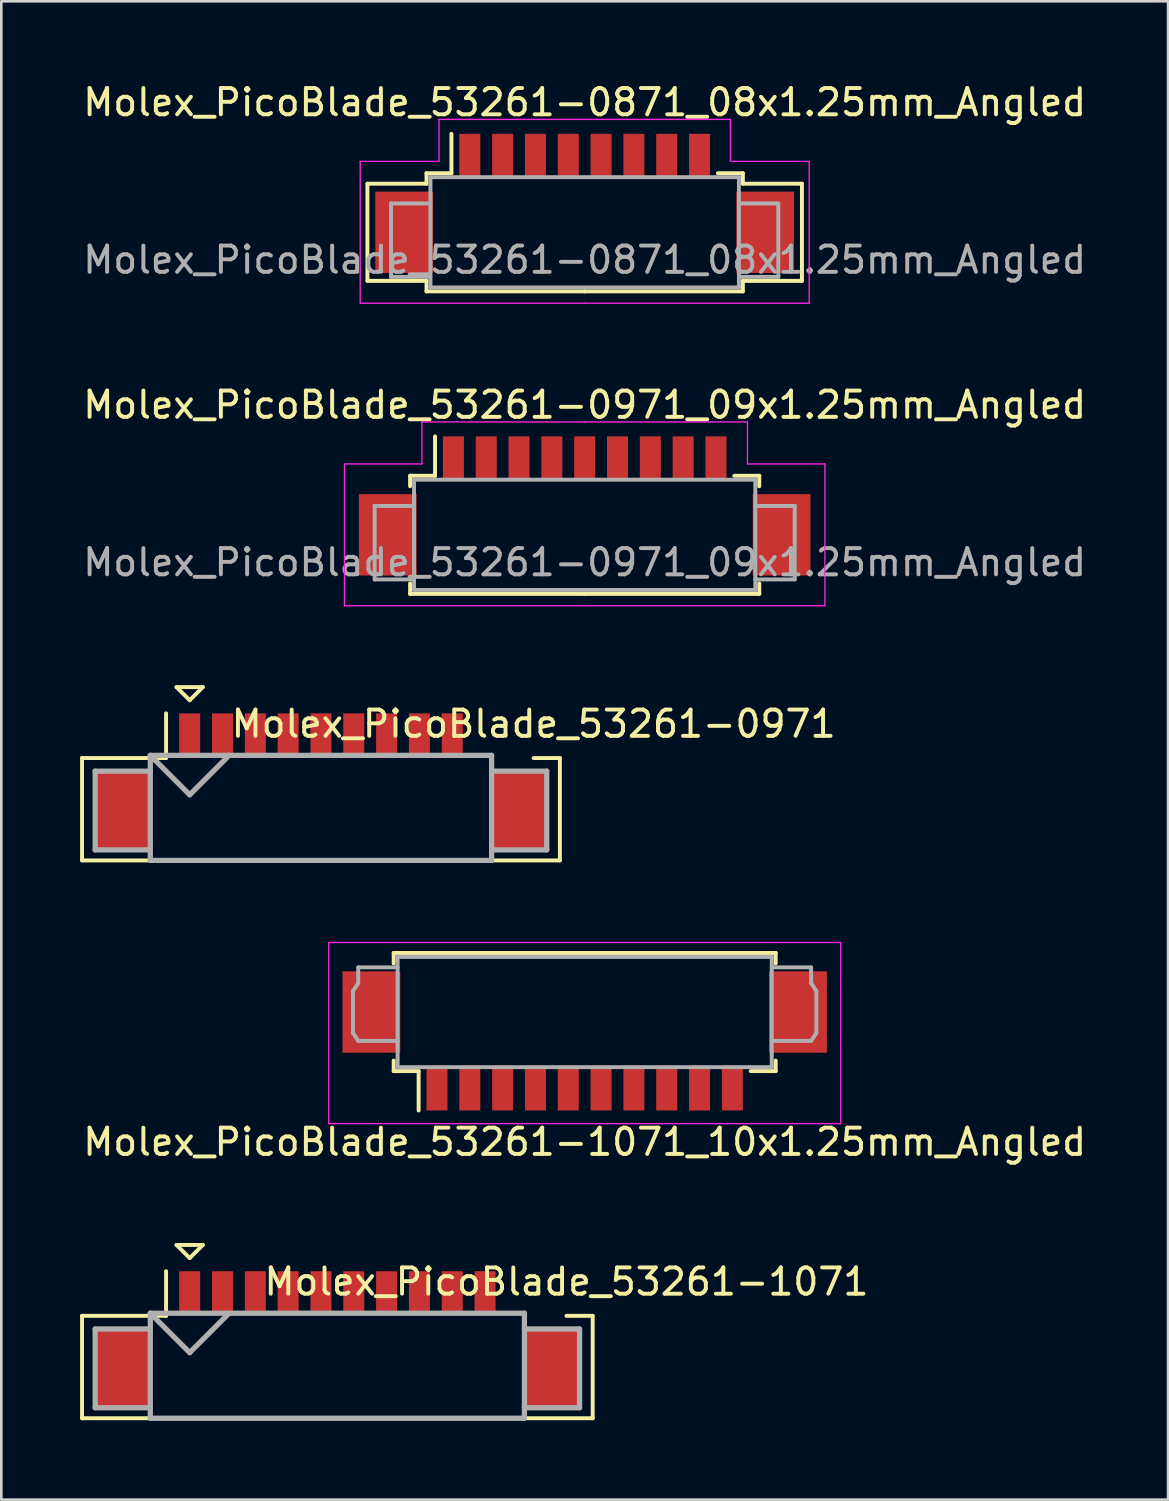
<source format=kicad_pcb>
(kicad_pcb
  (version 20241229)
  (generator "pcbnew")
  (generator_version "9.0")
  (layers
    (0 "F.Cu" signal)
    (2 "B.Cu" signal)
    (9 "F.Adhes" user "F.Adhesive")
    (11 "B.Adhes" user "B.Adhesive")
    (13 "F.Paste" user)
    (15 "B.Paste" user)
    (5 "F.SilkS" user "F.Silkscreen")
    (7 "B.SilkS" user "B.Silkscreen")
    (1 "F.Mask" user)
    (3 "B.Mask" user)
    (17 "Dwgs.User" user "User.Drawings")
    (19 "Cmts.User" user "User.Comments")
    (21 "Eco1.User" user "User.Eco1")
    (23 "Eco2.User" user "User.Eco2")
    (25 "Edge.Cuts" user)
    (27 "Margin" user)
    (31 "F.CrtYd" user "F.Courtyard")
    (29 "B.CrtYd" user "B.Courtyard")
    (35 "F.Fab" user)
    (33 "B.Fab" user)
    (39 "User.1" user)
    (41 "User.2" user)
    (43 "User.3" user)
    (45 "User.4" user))
  (footprint "Molex_PicoBlade_53261-0971_09x1.25mm_Angled"
    (layer "F.Cu")
    (at 19.22 15.871)
    (property "Reference" "Molex_PicoBlade_53261-0971_09x1.25mm_Angled" (at 0 -3.5 0) (layer "F.SilkS") (effects (font (size 1 1) (thickness 0.15))))
    (attr smd)
    (fp_line (start -6.65 -0.8) (end -6.65 -0.4) (stroke (width 0.15) (type solid)) (layer "F.SilkS"))
    (fp_line (start -6.65 3.3) (end -6.65 3.7) (stroke (width 0.15) (type solid)) (layer "F.SilkS"))
    (fp_line (start -6.65 3.7) (end 0 3.7) (stroke (width 0.15) (type solid)) (layer "F.SilkS"))
    (fp_line (start -5.7 -0.8) (end -6.65 -0.8) (stroke (width 0.15) (type solid)) (layer "F.SilkS"))
    (fp_line (start -5.7 -0.8) (end -5.7 -2.3) (stroke (width 0.15) (type solid)) (layer "F.SilkS"))
    (fp_line (start 5.7 -0.8) (end 6.65 -0.8) (stroke (width 0.15) (type solid)) (layer "F.SilkS"))
    (fp_line (start 6.65 -0.8) (end 6.65 -0.4) (stroke (width 0.15) (type solid)) (layer "F.SilkS"))
    (fp_line (start 6.65 3.3) (end 6.65 3.7) (stroke (width 0.15) (type solid)) (layer "F.SilkS"))
    (fp_line (start 6.65 3.7) (end 0 3.7) (stroke (width 0.15) (type solid)) (layer "F.SilkS"))
    (fp_line (start -9.15 -1.25) (end -9.15 4.15) (stroke (width 0.05) (type solid)) (layer "F.CrtYd"))
    (fp_line (start -9.15 4.15) (end 0 4.15) (stroke (width 0.05) (type solid)) (layer "F.CrtYd"))
    (fp_line (start -6.2 -2.85) (end -6.2 -1.25) (stroke (width 0.05) (type solid)) (layer "F.CrtYd"))
    (fp_line (start -6.2 -1.25) (end -9.15 -1.25) (stroke (width 0.05) (type solid)) (layer "F.CrtYd"))
    (fp_line (start 0 -2.85) (end -6.2 -2.85) (stroke (width 0.05) (type solid)) (layer "F.CrtYd"))
    (fp_line (start 0 -2.85) (end 6.2 -2.85) (stroke (width 0.05) (type solid)) (layer "F.CrtYd"))
    (fp_line (start 6.2 -2.85) (end 6.2 -1.25) (stroke (width 0.05) (type solid)) (layer "F.CrtYd"))
    (fp_line (start 6.2 -1.25) (end 9.15 -1.25) (stroke (width 0.05) (type solid)) (layer "F.CrtYd"))
    (fp_line (start 9.15 -1.25) (end 9.15 4.15) (stroke (width 0.05) (type solid)) (layer "F.CrtYd"))
    (fp_line (start 9.15 4.15) (end 0 4.15) (stroke (width 0.05) (type solid)) (layer "F.CrtYd"))
    (fp_line (start -8 0.35) (end -8 3.15) (stroke (width 0.15) (type solid)) (layer "F.Fab"))
    (fp_line (start -8 3.15) (end -6.5 3.15) (stroke (width 0.15) (type solid)) (layer "F.Fab"))
    (fp_line (start -6.5 -0.65) (end 6.5 -0.65) (stroke (width 0.15) (type solid)) (layer "F.Fab"))
    (fp_line (start -6.5 0.35) (end -8 0.35) (stroke (width 0.15) (type solid)) (layer "F.Fab"))
    (fp_line (start -6.5 3.55) (end -6.5 -0.65) (stroke (width 0.15) (type solid)) (layer "F.Fab"))
    (fp_line (start 6.5 -0.65) (end 6.5 3.55) (stroke (width 0.15) (type solid)) (layer "F.Fab"))
    (fp_line (start 6.5 0.35) (end 8 0.35) (stroke (width 0.15) (type solid)) (layer "F.Fab"))
    (fp_line (start 6.5 3.55) (end -6.5 3.55) (stroke (width 0.15) (type solid)) (layer "F.Fab"))
    (fp_line (start 8 0.35) (end 8 3.15) (stroke (width 0.15) (type solid)) (layer "F.Fab"))
    (fp_line (start 8 3.15) (end 6.5 3.15) (stroke (width 0.15) (type solid)) (layer "F.Fab"))
    (fp_text user "${REFERENCE}" (at 0 2.5 0) (layer "F.Fab") (effects (font (size 1 1) (thickness 0.15))))
    (pad "" smd rect (at -7.5 1.45) (size 2.2 3.1) (layers "F.Cu" "F.Mask" "F.Paste"))
    (pad "" smd rect (at 7.5 1.45) (size 2.2 3.1) (layers "F.Cu" "F.Mask" "F.Paste"))
    (pad "1" smd rect (at -5 -1.45) (size 0.8 1.7) (layers "F.Cu" "F.Mask" "F.Paste"))
    (pad "2" smd rect (at -3.75 -1.45) (size 0.8 1.7) (layers "F.Cu" "F.Mask" "F.Paste"))
    (pad "3" smd rect (at -2.5 -1.45) (size 0.8 1.7) (layers "F.Cu" "F.Mask" "F.Paste"))
    (pad "4" smd rect (at -1.25 -1.45) (size 0.8 1.7) (layers "F.Cu" "F.Mask" "F.Paste"))
    (pad "5" smd rect (at 0 -1.45) (size 0.8 1.7) (layers "F.Cu" "F.Mask" "F.Paste"))
    (pad "6" smd rect (at 1.25 -1.45) (size 0.8 1.7) (layers "F.Cu" "F.Mask" "F.Paste"))
    (pad "7" smd rect (at 2.5 -1.45) (size 0.8 1.7) (layers "F.Cu" "F.Mask" "F.Paste"))
    (pad "8" smd rect (at 3.75 -1.45) (size 0.8 1.7) (layers "F.Cu" "F.Mask" "F.Paste"))
    (pad "9" smd rect (at 5 -1.45) (size 0.8 1.7) (layers "F.Cu" "F.Mask" "F.Paste")))
  (footprint "Molex_PicoBlade_53261-1071_10x1.25mm_Angled"
    (layer "F.Cu")
    (at 19.22 36.947)
    (property "Reference" "Molex_PicoBlade_53261-1071_10x1.25mm_Angled" (at 0 3.5 0) (layer "F.SilkS") (effects (font (size 1 1) (thickness 0.15))))
    (attr smd)
    (fp_line (start -7.275 -3.7) (end 0 -3.7) (stroke (width 0.15) (type solid)) (layer "F.SilkS"))
    (fp_line (start -7.275 -3.3) (end -7.275 -3.7) (stroke (width 0.15) (type solid)) (layer "F.SilkS"))
    (fp_line (start -7.275 0.8) (end -7.275 0.4) (stroke (width 0.15) (type solid)) (layer "F.SilkS"))
    (fp_line (start -6.325 0.8) (end -7.275 0.8) (stroke (width 0.15) (type solid)) (layer "F.SilkS"))
    (fp_line (start -6.325 0.8) (end -6.325 2.3) (stroke (width 0.15) (type solid)) (layer "F.SilkS"))
    (fp_line (start 6.325 0.8) (end 7.275 0.8) (stroke (width 0.15) (type solid)) (layer "F.SilkS"))
    (fp_line (start 7.275 -3.7) (end 0 -3.7) (stroke (width 0.15) (type solid)) (layer "F.SilkS"))
    (fp_line (start 7.275 -3.3) (end 7.275 -3.7) (stroke (width 0.15) (type solid)) (layer "F.SilkS"))
    (fp_line (start 7.275 0.8) (end 7.275 0.4) (stroke (width 0.15) (type solid)) (layer "F.SilkS"))
    (fp_line (start -9.75 -4.1) (end -9.75 2.8) (stroke (width 0.05) (type solid)) (layer "F.CrtYd"))
    (fp_line (start -9.75 2.8) (end 9.75 2.8) (stroke (width 0.05) (type solid)) (layer "F.CrtYd"))
    (fp_line (start 9.75 -4.1) (end -9.75 -4.1) (stroke (width 0.05) (type solid)) (layer "F.CrtYd"))
    (fp_line (start 9.75 2.8) (end 9.75 -4.1) (stroke (width 0.05) (type solid)) (layer "F.CrtYd"))
    (fp_line (start -8.825 -2.25) (end -8.625 -2.55) (stroke (width 0.15) (type solid)) (layer "F.Fab"))
    (fp_line (start -8.825 -0.65) (end -8.825 -2.25) (stroke (width 0.15) (type solid)) (layer "F.Fab"))
    (fp_line (start -8.625 -3.15) (end -7.125 -3.15) (stroke (width 0.15) (type solid)) (layer "F.Fab"))
    (fp_line (start -8.625 -2.55) (end -8.625 -3.15) (stroke (width 0.15) (type solid)) (layer "F.Fab"))
    (fp_line (start -8.625 -0.35) (end -8.825 -0.65) (stroke (width 0.15) (type solid)) (layer "F.Fab"))
    (fp_line (start -7.125 -3.55) (end -7.125 0.65) (stroke (width 0.15) (type solid)) (layer "F.Fab"))
    (fp_line (start -7.125 -0.35) (end -8.625 -0.35) (stroke (width 0.15) (type solid)) (layer "F.Fab"))
    (fp_line (start -7.125 0.65) (end 7.125 0.65) (stroke (width 0.15) (type solid)) (layer "F.Fab"))
    (fp_line (start 7.125 -3.55) (end -7.125 -3.55) (stroke (width 0.15) (type solid)) (layer "F.Fab"))
    (fp_line (start 7.125 -0.35) (end 8.625 -0.35) (stroke (width 0.15) (type solid)) (layer "F.Fab"))
    (fp_line (start 7.125 0.65) (end 7.125 -3.55) (stroke (width 0.15) (type solid)) (layer "F.Fab"))
    (fp_line (start 8.625 -3.15) (end 7.125 -3.15) (stroke (width 0.15) (type solid)) (layer "F.Fab"))
    (fp_line (start 8.625 -2.55) (end 8.625 -3.15) (stroke (width 0.15) (type solid)) (layer "F.Fab"))
    (fp_line (start 8.625 -0.35) (end 8.825 -0.65) (stroke (width 0.15) (type solid)) (layer "F.Fab"))
    (fp_line (start 8.825 -2.25) (end 8.625 -2.55) (stroke (width 0.15) (type solid)) (layer "F.Fab"))
    (fp_line (start 8.825 -0.65) (end 8.825 -2.25) (stroke (width 0.15) (type solid)) (layer "F.Fab"))
    (pad "" smd rect (at -8.125 -1.45) (size 2.2 3.1) (layers "F.Cu" "F.Mask" "F.Paste"))
    (pad "" smd rect (at 8.125 -1.45) (size 2.2 3.1) (layers "F.Cu" "F.Mask" "F.Paste"))
    (pad "1" smd rect (at -5.625 1.45) (size 0.8 1.7) (layers "F.Cu" "F.Mask" "F.Paste"))
    (pad "2" smd rect (at -4.375 1.45) (size 0.8 1.7) (layers "F.Cu" "F.Mask" "F.Paste"))
    (pad "3" smd rect (at -3.125 1.45) (size 0.8 1.7) (layers "F.Cu" "F.Mask" "F.Paste"))
    (pad "4" smd rect (at -1.875 1.45) (size 0.8 1.7) (layers "F.Cu" "F.Mask" "F.Paste"))
    (pad "5" smd rect (at -0.625 1.45) (size 0.8 1.7) (layers "F.Cu" "F.Mask" "F.Paste"))
    (pad "6" smd rect (at 0.625 1.45) (size 0.8 1.7) (layers "F.Cu" "F.Mask" "F.Paste"))
    (pad "7" smd rect (at 1.875 1.45) (size 0.8 1.7) (layers "F.Cu" "F.Mask" "F.Paste"))
    (pad "8" smd rect (at 3.125 1.45) (size 0.8 1.7) (layers "F.Cu" "F.Mask" "F.Paste"))
    (pad "9" smd rect (at 4.375 1.45) (size 0.8 1.7) (layers "F.Cu" "F.Mask" "F.Paste"))
    (pad "10" smd rect (at 5.625 1.45) (size 0.8 1.7) (layers "F.Cu" "F.Mask" "F.Paste")))
  (footprint "Molex_PicoBlade_53261-0971"
    (layer "F.Cu")
    (at 9.175 27.822)
    (property "Reference" "Molex_PicoBlade_53261-0971" (at 8.1 -3.3 0) (layer "F.SilkS") (effects (font (size 1 1) (thickness 0.15))))
    (attr through_hole)
    (fp_line (start -9.1 -2) (end -9.1 1.9) (stroke (width 0.15) (type solid)) (layer "F.SilkS"))
    (fp_line (start -9.1 1.9) (end 9.1 1.9) (stroke (width 0.15) (type solid)) (layer "F.SilkS"))
    (fp_line (start -5.9 -3.7) (end -5.9 -2) (stroke (width 0.15) (type solid)) (layer "F.SilkS"))
    (fp_line (start -5.9 -2) (end -9.1 -2) (stroke (width 0.15) (type solid)) (layer "F.SilkS"))
    (fp_line (start -5.5 -4.7) (end -4.5 -4.7) (stroke (width 0.15) (type solid)) (layer "F.SilkS"))
    (fp_line (start -5 -4.2) (end -5.5 -4.7) (stroke (width 0.15) (type solid)) (layer "F.SilkS"))
    (fp_line (start -4.5 -4.7) (end -5 -4.2) (stroke (width 0.15) (type solid)) (layer "F.SilkS"))
    (fp_line (start 9.1 -2) (end 8.1 -2) (stroke (width 0.15) (type solid)) (layer "F.SilkS"))
    (fp_line (start 9.1 1.9) (end 9.1 -2) (stroke (width 0.15) (type solid)) (layer "F.SilkS"))
    (fp_line (start -8.6 -1.5) (end -8.6 1.5) (stroke (width 0.2) (type solid)) (layer "F.Fab"))
    (fp_line (start -8.6 1.5) (end -6.5 1.5) (stroke (width 0.2) (type solid)) (layer "F.Fab"))
    (fp_line (start -6.5 -2.1) (end -6.5 1.9) (stroke (width 0.2) (type solid)) (layer "F.Fab"))
    (fp_line (start -6.5 -2.1) (end -5 -0.6) (stroke (width 0.2) (type solid)) (layer "F.Fab"))
    (fp_line (start -6.5 -1.5) (end -8.6 -1.5) (stroke (width 0.2) (type solid)) (layer "F.Fab"))
    (fp_line (start -6.5 1.9) (end 6.5 1.9) (stroke (width 0.2) (type solid)) (layer "F.Fab"))
    (fp_line (start -5 -0.6) (end -3.5 -2.1) (stroke (width 0.2) (type solid)) (layer "F.Fab"))
    (fp_line (start 6.5 -2.1) (end -6.5 -2.1) (stroke (width 0.2) (type solid)) (layer "F.Fab"))
    (fp_line (start 6.5 -1.5) (end 8.6 -1.5) (stroke (width 0.2) (type solid)) (layer "F.Fab"))
    (fp_line (start 6.5 1.9) (end 6.5 -2.1) (stroke (width 0.2) (type solid)) (layer "F.Fab"))
    (fp_line (start 8.6 -1.5) (end 8.6 1.5) (stroke (width 0.2) (type solid)) (layer "F.Fab"))
    (fp_line (start 8.6 1.5) (end 6.5 1.5) (stroke (width 0.2) (type solid)) (layer "F.Fab"))
    (pad "" smd rect (at -7.55 0) (size 2.1 3) (layers "F.Cu" "F.Mask" "F.Paste"))
    (pad "" smd rect (at 7.55 0) (size 2.1 3) (layers "F.Cu" "F.Mask" "F.Paste"))
    (pad "1" smd rect (at -5 -2.9) (size 0.8 1.6) (layers "F.Cu" "F.Mask" "F.Paste"))
    (pad "2" smd rect (at -3.75 -2.9) (size 0.8 1.6) (layers "F.Cu" "F.Mask" "F.Paste"))
    (pad "3" smd rect (at -2.5 -2.9) (size 0.8 1.6) (layers "F.Cu" "F.Mask" "F.Paste"))
    (pad "4" smd rect (at -1.25 -2.9) (size 0.8 1.6) (layers "F.Cu" "F.Mask" "F.Paste"))
    (pad "5" smd rect (at 0 -2.9) (size 0.8 1.6) (layers "F.Cu" "F.Mask" "F.Paste"))
    (pad "6" smd rect (at 1.25 -2.9) (size 0.8 1.6) (layers "F.Cu" "F.Mask" "F.Paste"))
    (pad "7" smd rect (at 2.5 -2.9) (size 0.8 1.6) (layers "F.Cu" "F.Mask" "F.Paste"))
    (pad "8" smd rect (at 3.75 -2.9) (size 0.8 1.6) (layers "F.Cu" "F.Mask" "F.Paste"))
    (pad "9" smd rect (at 5 -2.9) (size 0.8 1.6) (layers "F.Cu" "F.Mask" "F.Paste")))
  (footprint "Molex_PicoBlade_53261-1071"
    (layer "F.Cu")
    (at 9.8 49.07)
    (property "Reference" "Molex_PicoBlade_53261-1071" (at 8.725 -3.3 0) (layer "F.SilkS") (effects (font (size 1 1) (thickness 0.15))))
    (attr through_hole)
    (fp_line (start -9.725 -2) (end -9.725 1.9) (stroke (width 0.15) (type solid)) (layer "F.SilkS"))
    (fp_line (start -9.725 1.9) (end 9.725 1.9) (stroke (width 0.15) (type solid)) (layer "F.SilkS"))
    (fp_line (start -6.525 -3.7) (end -6.525 -2) (stroke (width 0.15) (type solid)) (layer "F.SilkS"))
    (fp_line (start -6.525 -2) (end -9.725 -2) (stroke (width 0.15) (type solid)) (layer "F.SilkS"))
    (fp_line (start -6.125 -4.7) (end -5.125 -4.7) (stroke (width 0.15) (type solid)) (layer "F.SilkS"))
    (fp_line (start -5.625 -4.2) (end -6.125 -4.7) (stroke (width 0.15) (type solid)) (layer "F.SilkS"))
    (fp_line (start -5.125 -4.7) (end -5.625 -4.2) (stroke (width 0.15) (type solid)) (layer "F.SilkS"))
    (fp_line (start 9.725 -2) (end 8.725 -2) (stroke (width 0.15) (type solid)) (layer "F.SilkS"))
    (fp_line (start 9.725 1.9) (end 9.725 -2) (stroke (width 0.15) (type solid)) (layer "F.SilkS"))
    (fp_line (start -9.225 -1.5) (end -9.225 1.5) (stroke (width 0.2) (type solid)) (layer "F.Fab"))
    (fp_line (start -9.225 1.5) (end -7.125 1.5) (stroke (width 0.2) (type solid)) (layer "F.Fab"))
    (fp_line (start -7.125 -2.1) (end -7.125 1.9) (stroke (width 0.2) (type solid)) (layer "F.Fab"))
    (fp_line (start -7.125 -2.1) (end -5.625 -0.6) (stroke (width 0.2) (type solid)) (layer "F.Fab"))
    (fp_line (start -7.125 -1.5) (end -9.225 -1.5) (stroke (width 0.2) (type solid)) (layer "F.Fab"))
    (fp_line (start -7.125 1.9) (end 7.125 1.9) (stroke (width 0.2) (type solid)) (layer "F.Fab"))
    (fp_line (start -5.625 -0.6) (end -4.125 -2.1) (stroke (width 0.2) (type solid)) (layer "F.Fab"))
    (fp_line (start 7.125 -2.1) (end -7.125 -2.1) (stroke (width 0.2) (type solid)) (layer "F.Fab"))
    (fp_line (start 7.125 -1.5) (end 9.225 -1.5) (stroke (width 0.2) (type solid)) (layer "F.Fab"))
    (fp_line (start 7.125 1.9) (end 7.125 -2.1) (stroke (width 0.2) (type solid)) (layer "F.Fab"))
    (fp_line (start 9.225 -1.5) (end 9.225 1.5) (stroke (width 0.2) (type solid)) (layer "F.Fab"))
    (fp_line (start 9.225 1.5) (end 7.125 1.5) (stroke (width 0.2) (type solid)) (layer "F.Fab"))
    (pad "" smd rect (at -8.175 0) (size 2.1 3) (layers "F.Cu" "F.Mask" "F.Paste"))
    (pad "" smd rect (at 8.175 0) (size 2.1 3) (layers "F.Cu" "F.Mask" "F.Paste"))
    (pad "1" smd rect (at -5.625 -2.9) (size 0.8 1.6) (layers "F.Cu" "F.Mask" "F.Paste"))
    (pad "2" smd rect (at -4.375 -2.9) (size 0.8 1.6) (layers "F.Cu" "F.Mask" "F.Paste"))
    (pad "3" smd rect (at -3.125 -2.9) (size 0.8 1.6) (layers "F.Cu" "F.Mask" "F.Paste"))
    (pad "4" smd rect (at -1.875 -2.9) (size 0.8 1.6) (layers "F.Cu" "F.Mask" "F.Paste"))
    (pad "5" smd rect (at -0.625 -2.9) (size 0.8 1.6) (layers "F.Cu" "F.Mask" "F.Paste"))
    (pad "6" smd rect (at 0.625 -2.9) (size 0.8 1.6) (layers "F.Cu" "F.Mask" "F.Paste"))
    (pad "7" smd rect (at 1.875 -2.9) (size 0.8 1.6) (layers "F.Cu" "F.Mask" "F.Paste"))
    (pad "8" smd rect (at 3.125 -2.9) (size 0.8 1.6) (layers "F.Cu" "F.Mask" "F.Paste"))
    (pad "9" smd rect (at 4.375 -2.9) (size 0.8 1.6) (layers "F.Cu" "F.Mask" "F.Paste"))
    (pad "10" smd rect (at 5.625 -2.9) (size 0.8 1.6) (layers "F.Cu" "F.Mask" "F.Paste")))
  (footprint "Molex_PicoBlade_53261-0871_08x1.25mm_Angled"
    (layer "F.Cu")
    (at 19.22 4.348)
    (property "Reference" "Molex_PicoBlade_53261-0871_08x1.25mm_Angled" (at 0 -3.5 0) (layer "F.SilkS") (effects (font (size 1 1) (thickness 0.15))))
    (attr smd)
    (fp_line (start -8.275 -0.4) (end -8.275 3.3) (stroke (width 0.15) (type solid)) (layer "F.SilkS"))
    (fp_line (start -8.275 3.3) (end -6.025 3.3) (stroke (width 0.15) (type solid)) (layer "F.SilkS"))
    (fp_line (start -6.025 -0.8) (end -6.025 -0.4) (stroke (width 0.15) (type solid)) (layer "F.SilkS"))
    (fp_line (start -6.025 -0.4) (end -8.275 -0.4) (stroke (width 0.15) (type solid)) (layer "F.SilkS"))
    (fp_line (start -6.025 3.3) (end -6.025 3.7) (stroke (width 0.15) (type solid)) (layer "F.SilkS"))
    (fp_line (start -6.025 3.7) (end 0 3.7) (stroke (width 0.15) (type solid)) (layer "F.SilkS"))
    (fp_line (start -5.075 -0.8) (end -6.025 -0.8) (stroke (width 0.15) (type solid)) (layer "F.SilkS"))
    (fp_line (start -5.075 -0.8) (end -5.075 -2.3) (stroke (width 0.15) (type solid)) (layer "F.SilkS"))
    (fp_line (start 5.075 -0.8) (end 6.025 -0.8) (stroke (width 0.15) (type solid)) (layer "F.SilkS"))
    (fp_line (start 6.025 -0.8) (end 6.025 -0.4) (stroke (width 0.15) (type solid)) (layer "F.SilkS"))
    (fp_line (start 6.025 -0.4) (end 8.275 -0.4) (stroke (width 0.15) (type solid)) (layer "F.SilkS"))
    (fp_line (start 6.025 3.3) (end 6.025 3.7) (stroke (width 0.15) (type solid)) (layer "F.SilkS"))
    (fp_line (start 6.025 3.7) (end 0 3.7) (stroke (width 0.15) (type solid)) (layer "F.SilkS"))
    (fp_line (start 8.275 -0.4) (end 8.275 3.3) (stroke (width 0.15) (type solid)) (layer "F.SilkS"))
    (fp_line (start 8.275 3.3) (end 6.025 3.3) (stroke (width 0.15) (type solid)) (layer "F.SilkS"))
    (fp_line (start -8.55 -1.25) (end -8.55 4.15) (stroke (width 0.05) (type solid)) (layer "F.CrtYd"))
    (fp_line (start -8.55 4.15) (end 0 4.15) (stroke (width 0.05) (type solid)) (layer "F.CrtYd"))
    (fp_line (start -5.55 -2.85) (end -5.55 -1.25) (stroke (width 0.05) (type solid)) (layer "F.CrtYd"))
    (fp_line (start -5.55 -1.25) (end -8.55 -1.25) (stroke (width 0.05) (type solid)) (layer "F.CrtYd"))
    (fp_line (start 0 -2.85) (end -5.55 -2.85) (stroke (width 0.05) (type solid)) (layer "F.CrtYd"))
    (fp_line (start 0 -2.85) (end 5.55 -2.85) (stroke (width 0.05) (type solid)) (layer "F.CrtYd"))
    (fp_line (start 5.55 -2.85) (end 5.55 -1.25) (stroke (width 0.05) (type solid)) (layer "F.CrtYd"))
    (fp_line (start 5.55 -1.25) (end 8.55 -1.25) (stroke (width 0.05) (type solid)) (layer "F.CrtYd"))
    (fp_line (start 8.55 -1.25) (end 8.55 4.15) (stroke (width 0.05) (type solid)) (layer "F.CrtYd"))
    (fp_line (start 8.55 4.15) (end 0 4.15) (stroke (width 0.05) (type solid)) (layer "F.CrtYd"))
    (fp_line (start -7.375 0.35) (end -7.375 3.15) (stroke (width 0.15) (type solid)) (layer "F.Fab"))
    (fp_line (start -7.375 3.15) (end -5.875 3.15) (stroke (width 0.15) (type solid)) (layer "F.Fab"))
    (fp_line (start -5.875 -0.65) (end 5.875 -0.65) (stroke (width 0.15) (type solid)) (layer "F.Fab"))
    (fp_line (start -5.875 0.35) (end -7.375 0.35) (stroke (width 0.15) (type solid)) (layer "F.Fab"))
    (fp_line (start -5.875 3.55) (end -5.875 -0.65) (stroke (width 0.15) (type solid)) (layer "F.Fab"))
    (fp_line (start 5.875 -0.65) (end 5.875 3.55) (stroke (width 0.15) (type solid)) (layer "F.Fab"))
    (fp_line (start 5.875 0.35) (end 7.375 0.35) (stroke (width 0.15) (type solid)) (layer "F.Fab"))
    (fp_line (start 5.875 3.55) (end -5.875 3.55) (stroke (width 0.15) (type solid)) (layer "F.Fab"))
    (fp_line (start 7.375 0.35) (end 7.375 3.15) (stroke (width 0.15) (type solid)) (layer "F.Fab"))
    (fp_line (start 7.375 3.15) (end 5.875 3.15) (stroke (width 0.15) (type solid)) (layer "F.Fab"))
    (fp_text user "${REFERENCE}" (at 0 2.5 0) (layer "F.Fab") (effects (font (size 1 1) (thickness 0.15))))
    (pad "" smd rect (at -6.875 1.45) (size 2.2 3.1) (layers "F.Cu" "F.Mask" "F.Paste"))
    (pad "" smd rect (at 6.875 1.45) (size 2.2 3.1) (layers "F.Cu" "F.Mask" "F.Paste"))
    (pad "1" smd rect (at -4.375 -1.45) (size 0.8 1.7) (layers "F.Cu" "F.Mask" "F.Paste"))
    (pad "2" smd rect (at -3.125 -1.45) (size 0.8 1.7) (layers "F.Cu" "F.Mask" "F.Paste"))
    (pad "3" smd rect (at -1.875 -1.45) (size 0.8 1.7) (layers "F.Cu" "F.Mask" "F.Paste"))
    (pad "4" smd rect (at -0.625 -1.45) (size 0.8 1.7) (layers "F.Cu" "F.Mask" "F.Paste"))
    (pad "5" smd rect (at 0.625 -1.45) (size 0.8 1.7) (layers "F.Cu" "F.Mask" "F.Paste"))
    (pad "6" smd rect (at 1.875 -1.45) (size 0.8 1.7) (layers "F.Cu" "F.Mask" "F.Paste"))
    (pad "7" smd rect (at 3.125 -1.45) (size 0.8 1.7) (layers "F.Cu" "F.Mask" "F.Paste"))
    (pad "8" smd rect (at 4.375 -1.45) (size 0.8 1.7) (layers "F.Cu" "F.Mask" "F.Paste")))
  (gr_rect
    (start -3 -3)
    (end 41.44 54.07)
    (stroke (width 0.1) (type default))
    (fill no)
    (layer "Edge.Cuts")))
</source>
